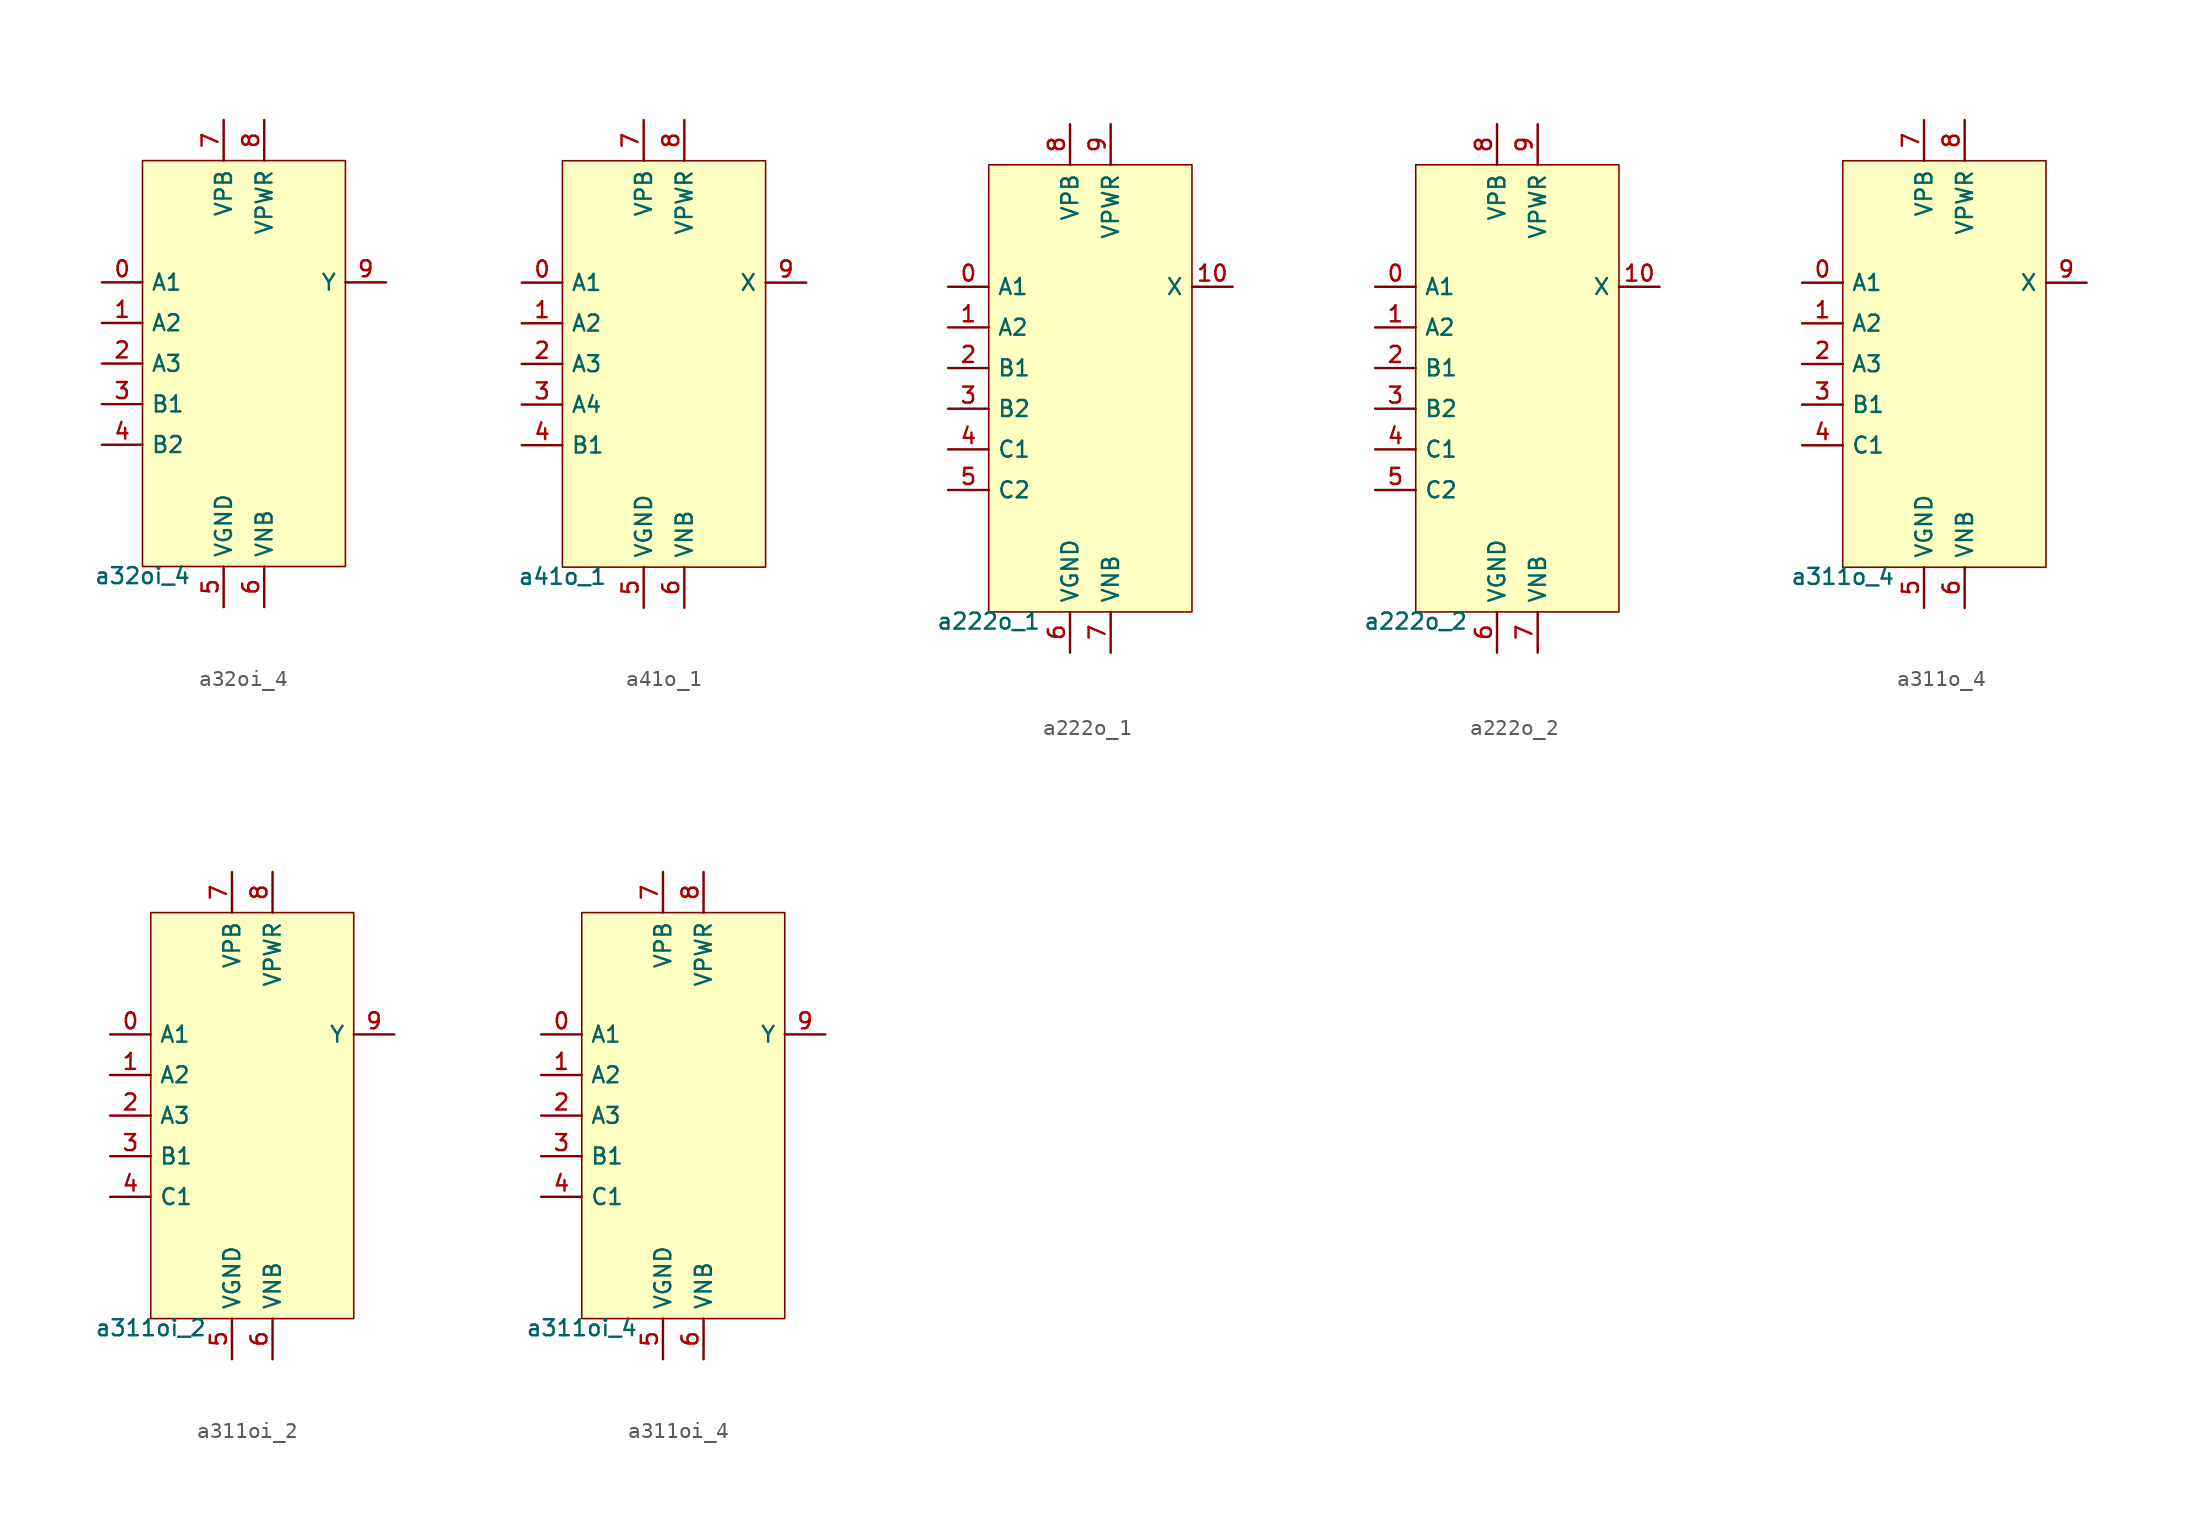
<source format=kicad_sym>
(kicad_symbol_lib
  (version 20211014)
  (generator lef2kicad_sym)
  (symbol "a32oi_4"
    (property "Reference" "CELL"
      (at 0 0 0)
      (effects (font (size 1 1)) hide))
    (property "Value" "a32oi_4"
      (at -6.35 -12.7 0)
      (effects (font (size 1 1)) (justify top)))
    (rectangle
      (start -6.35 -12.7)
      (end 6.35 12.7)
      (stroke (width 0.1) (type solid) (color 0 0 0 0))
      (fill (type background)))
    (pin input line
      (at -8.89 5.08 0)
      (length 2.54)
      (name "A1" (effects (font (size 1 1)) hide))
      (number "0" (effects (font (size 1 1)) hide)))
    (pin input line
      (at -8.89 2.54 0)
      (length 2.54)
      (name "A2" (effects (font (size 1 1)) hide))
      (number "1" (effects (font (size 1 1)) hide)))
    (pin input line
      (at -8.89 -8.881784197001252e-16 0)
      (length 2.54)
      (name "A3" (effects (font (size 1 1)) hide))
      (number "2" (effects (font (size 1 1)) hide)))
    (pin input line
      (at -8.89 -2.54 0)
      (length 2.54)
      (name "B1" (effects (font (size 1 1)) hide))
      (number "3" (effects (font (size 1 1)) hide)))
    (pin input line
      (at -8.89 -5.08 0)
      (length 2.54)
      (name "B2" (effects (font (size 1 1)) hide))
      (number "4" (effects (font (size 1 1)) hide)))
    (pin power_in line
      (at -1.27 -15.24 90)
      (length 2.54)
      (name "VGND" (effects (font (size 1 1)) hide))
      (number "5" (effects (font (size 1 1)) hide)))
    (pin power_in line
      (at 1.27 -15.24 90)
      (length 2.54)
      (name "VNB" (effects (font (size 1 1)) hide))
      (number "6" (effects (font (size 1 1)) hide)))
    (pin power_in line
      (at -1.27 15.24 270)
      (length 2.54)
      (name "VPB" (effects (font (size 1 1)) hide))
      (number "7" (effects (font (size 1 1)) hide)))
    (pin power_in line
      (at 1.27 15.24 270)
      (length 2.54)
      (name "VPWR" (effects (font (size 1 1)) hide))
      (number "8" (effects (font (size 1 1)) hide)))
    (pin output line
      (at 8.89 5.08 180)
      (length 2.54)
      (name "Y" (effects (font (size 1 1)) hide))
      (number "9" (effects (font (size 1 1)) hide))))
  (symbol "a41o_1"
    (property "Reference" "CELL"
      (at 0 0 0)
      (effects (font (size 1 1)) hide))
    (property "Value" "a41o_1"
      (at -6.35 -12.7 0)
      (effects (font (size 1 1)) (justify top)))
    (rectangle
      (start -6.35 -12.7)
      (end 6.35 12.7)
      (stroke (width 0.1) (type solid) (color 0 0 0 0))
      (fill (type background)))
    (pin input line
      (at -8.89 5.08 0)
      (length 2.54)
      (name "A1" (effects (font (size 1 1)) hide))
      (number "0" (effects (font (size 1 1)) hide)))
    (pin input line
      (at -8.89 2.54 0)
      (length 2.54)
      (name "A2" (effects (font (size 1 1)) hide))
      (number "1" (effects (font (size 1 1)) hide)))
    (pin input line
      (at -8.89 -8.881784197001252e-16 0)
      (length 2.54)
      (name "A3" (effects (font (size 1 1)) hide))
      (number "2" (effects (font (size 1 1)) hide)))
    (pin input line
      (at -8.89 -2.54 0)
      (length 2.54)
      (name "A4" (effects (font (size 1 1)) hide))
      (number "3" (effects (font (size 1 1)) hide)))
    (pin input line
      (at -8.89 -5.08 0)
      (length 2.54)
      (name "B1" (effects (font (size 1 1)) hide))
      (number "4" (effects (font (size 1 1)) hide)))
    (pin power_in line
      (at -1.27 -15.24 90)
      (length 2.54)
      (name "VGND" (effects (font (size 1 1)) hide))
      (number "5" (effects (font (size 1 1)) hide)))
    (pin power_in line
      (at 1.27 -15.24 90)
      (length 2.54)
      (name "VNB" (effects (font (size 1 1)) hide))
      (number "6" (effects (font (size 1 1)) hide)))
    (pin power_in line
      (at -1.27 15.24 270)
      (length 2.54)
      (name "VPB" (effects (font (size 1 1)) hide))
      (number "7" (effects (font (size 1 1)) hide)))
    (pin power_in line
      (at 1.27 15.24 270)
      (length 2.54)
      (name "VPWR" (effects (font (size 1 1)) hide))
      (number "8" (effects (font (size 1 1)) hide)))
    (pin output line
      (at 8.89 5.08 180)
      (length 2.54)
      (name "X" (effects (font (size 1 1)) hide))
      (number "9" (effects (font (size 1 1)) hide))))
  (symbol "a222o_1"
    (property "Reference" "CELL"
      (at 0 0 0)
      (effects (font (size 1 1)) hide))
    (property "Value" "a222o_1"
      (at -6.35 -13.97 0)
      (effects (font (size 1 1)) (justify top)))
    (rectangle
      (start -6.35 -13.97)
      (end 6.35 13.97)
      (stroke (width 0.1) (type solid) (color 0 0 0 0))
      (fill (type background)))
    (pin input line
      (at -8.89 6.35 0)
      (length 2.54)
      (name "A1" (effects (font (size 1 1)) hide))
      (number "0" (effects (font (size 1 1)) hide)))
    (pin input line
      (at -8.89 3.81 0)
      (length 2.54)
      (name "A2" (effects (font (size 1 1)) hide))
      (number "1" (effects (font (size 1 1)) hide)))
    (pin input line
      (at -8.89 1.27 0)
      (length 2.54)
      (name "B1" (effects (font (size 1 1)) hide))
      (number "2" (effects (font (size 1 1)) hide)))
    (pin input line
      (at -8.89 -1.27 0)
      (length 2.54)
      (name "B2" (effects (font (size 1 1)) hide))
      (number "3" (effects (font (size 1 1)) hide)))
    (pin input line
      (at -8.89 -3.81 0)
      (length 2.54)
      (name "C1" (effects (font (size 1 1)) hide))
      (number "4" (effects (font (size 1 1)) hide)))
    (pin input line
      (at -8.89 -6.35 0)
      (length 2.54)
      (name "C2" (effects (font (size 1 1)) hide))
      (number "5" (effects (font (size 1 1)) hide)))
    (pin power_in line
      (at -1.27 -16.51 90)
      (length 2.54)
      (name "VGND" (effects (font (size 1 1)) hide))
      (number "6" (effects (font (size 1 1)) hide)))
    (pin power_in line
      (at 1.27 -16.51 90)
      (length 2.54)
      (name "VNB" (effects (font (size 1 1)) hide))
      (number "7" (effects (font (size 1 1)) hide)))
    (pin power_in line
      (at -1.27 16.51 270)
      (length 2.54)
      (name "VPB" (effects (font (size 1 1)) hide))
      (number "8" (effects (font (size 1 1)) hide)))
    (pin power_in line
      (at 1.27 16.51 270)
      (length 2.54)
      (name "VPWR" (effects (font (size 1 1)) hide))
      (number "9" (effects (font (size 1 1)) hide)))
    (pin output line
      (at 8.89 6.35 180)
      (length 2.54)
      (name "X" (effects (font (size 1 1)) hide))
      (number "10" (effects (font (size 1 1)) hide))))
  (symbol "a222o_2"
    (property "Reference" "CELL"
      (at 0 0 0)
      (effects (font (size 1 1)) hide))
    (property "Value" "a222o_2"
      (at -6.35 -13.97 0)
      (effects (font (size 1 1)) (justify top)))
    (rectangle
      (start -6.35 -13.97)
      (end 6.35 13.97)
      (stroke (width 0.1) (type solid) (color 0 0 0 0))
      (fill (type background)))
    (pin input line
      (at -8.89 6.35 0)
      (length 2.54)
      (name "A1" (effects (font (size 1 1)) hide))
      (number "0" (effects (font (size 1 1)) hide)))
    (pin input line
      (at -8.89 3.81 0)
      (length 2.54)
      (name "A2" (effects (font (size 1 1)) hide))
      (number "1" (effects (font (size 1 1)) hide)))
    (pin input line
      (at -8.89 1.27 0)
      (length 2.54)
      (name "B1" (effects (font (size 1 1)) hide))
      (number "2" (effects (font (size 1 1)) hide)))
    (pin input line
      (at -8.89 -1.27 0)
      (length 2.54)
      (name "B2" (effects (font (size 1 1)) hide))
      (number "3" (effects (font (size 1 1)) hide)))
    (pin input line
      (at -8.89 -3.81 0)
      (length 2.54)
      (name "C1" (effects (font (size 1 1)) hide))
      (number "4" (effects (font (size 1 1)) hide)))
    (pin input line
      (at -8.89 -6.35 0)
      (length 2.54)
      (name "C2" (effects (font (size 1 1)) hide))
      (number "5" (effects (font (size 1 1)) hide)))
    (pin power_in line
      (at -1.27 -16.51 90)
      (length 2.54)
      (name "VGND" (effects (font (size 1 1)) hide))
      (number "6" (effects (font (size 1 1)) hide)))
    (pin power_in line
      (at 1.27 -16.51 90)
      (length 2.54)
      (name "VNB" (effects (font (size 1 1)) hide))
      (number "7" (effects (font (size 1 1)) hide)))
    (pin power_in line
      (at -1.27 16.51 270)
      (length 2.54)
      (name "VPB" (effects (font (size 1 1)) hide))
      (number "8" (effects (font (size 1 1)) hide)))
    (pin power_in line
      (at 1.27 16.51 270)
      (length 2.54)
      (name "VPWR" (effects (font (size 1 1)) hide))
      (number "9" (effects (font (size 1 1)) hide)))
    (pin output line
      (at 8.89 6.35 180)
      (length 2.54)
      (name "X" (effects (font (size 1 1)) hide))
      (number "10" (effects (font (size 1 1)) hide))))
  (symbol "a311o_4"
    (property "Reference" "CELL"
      (at 0 0 0)
      (effects (font (size 1 1)) hide))
    (property "Value" "a311o_4"
      (at -6.35 -12.7 0)
      (effects (font (size 1 1)) (justify top)))
    (rectangle
      (start -6.35 -12.7)
      (end 6.35 12.7)
      (stroke (width 0.1) (type solid) (color 0 0 0 0))
      (fill (type background)))
    (pin input line
      (at -8.89 5.08 0)
      (length 2.54)
      (name "A1" (effects (font (size 1 1)) hide))
      (number "0" (effects (font (size 1 1)) hide)))
    (pin input line
      (at -8.89 2.54 0)
      (length 2.54)
      (name "A2" (effects (font (size 1 1)) hide))
      (number "1" (effects (font (size 1 1)) hide)))
    (pin input line
      (at -8.89 -8.881784197001252e-16 0)
      (length 2.54)
      (name "A3" (effects (font (size 1 1)) hide))
      (number "2" (effects (font (size 1 1)) hide)))
    (pin input line
      (at -8.89 -2.54 0)
      (length 2.54)
      (name "B1" (effects (font (size 1 1)) hide))
      (number "3" (effects (font (size 1 1)) hide)))
    (pin input line
      (at -8.89 -5.08 0)
      (length 2.54)
      (name "C1" (effects (font (size 1 1)) hide))
      (number "4" (effects (font (size 1 1)) hide)))
    (pin power_in line
      (at -1.27 -15.24 90)
      (length 2.54)
      (name "VGND" (effects (font (size 1 1)) hide))
      (number "5" (effects (font (size 1 1)) hide)))
    (pin power_in line
      (at 1.27 -15.24 90)
      (length 2.54)
      (name "VNB" (effects (font (size 1 1)) hide))
      (number "6" (effects (font (size 1 1)) hide)))
    (pin power_in line
      (at -1.27 15.24 270)
      (length 2.54)
      (name "VPB" (effects (font (size 1 1)) hide))
      (number "7" (effects (font (size 1 1)) hide)))
    (pin power_in line
      (at 1.27 15.24 270)
      (length 2.54)
      (name "VPWR" (effects (font (size 1 1)) hide))
      (number "8" (effects (font (size 1 1)) hide)))
    (pin output line
      (at 8.89 5.08 180)
      (length 2.54)
      (name "X" (effects (font (size 1 1)) hide))
      (number "9" (effects (font (size 1 1)) hide))))
  (symbol "a311oi_2"
    (property "Reference" "CELL"
      (at 0 0 0)
      (effects (font (size 1 1)) hide))
    (property "Value" "a311oi_2"
      (at -6.35 -12.7 0)
      (effects (font (size 1 1)) (justify top)))
    (rectangle
      (start -6.35 -12.7)
      (end 6.35 12.7)
      (stroke (width 0.1) (type solid) (color 0 0 0 0))
      (fill (type background)))
    (pin input line
      (at -8.89 5.08 0)
      (length 2.54)
      (name "A1" (effects (font (size 1 1)) hide))
      (number "0" (effects (font (size 1 1)) hide)))
    (pin input line
      (at -8.89 2.54 0)
      (length 2.54)
      (name "A2" (effects (font (size 1 1)) hide))
      (number "1" (effects (font (size 1 1)) hide)))
    (pin input line
      (at -8.89 -8.881784197001252e-16 0)
      (length 2.54)
      (name "A3" (effects (font (size 1 1)) hide))
      (number "2" (effects (font (size 1 1)) hide)))
    (pin input line
      (at -8.89 -2.54 0)
      (length 2.54)
      (name "B1" (effects (font (size 1 1)) hide))
      (number "3" (effects (font (size 1 1)) hide)))
    (pin input line
      (at -8.89 -5.08 0)
      (length 2.54)
      (name "C1" (effects (font (size 1 1)) hide))
      (number "4" (effects (font (size 1 1)) hide)))
    (pin power_in line
      (at -1.27 -15.24 90)
      (length 2.54)
      (name "VGND" (effects (font (size 1 1)) hide))
      (number "5" (effects (font (size 1 1)) hide)))
    (pin power_in line
      (at 1.27 -15.24 90)
      (length 2.54)
      (name "VNB" (effects (font (size 1 1)) hide))
      (number "6" (effects (font (size 1 1)) hide)))
    (pin power_in line
      (at -1.27 15.24 270)
      (length 2.54)
      (name "VPB" (effects (font (size 1 1)) hide))
      (number "7" (effects (font (size 1 1)) hide)))
    (pin power_in line
      (at 1.27 15.24 270)
      (length 2.54)
      (name "VPWR" (effects (font (size 1 1)) hide))
      (number "8" (effects (font (size 1 1)) hide)))
    (pin output line
      (at 8.89 5.08 180)
      (length 2.54)
      (name "Y" (effects (font (size 1 1)) hide))
      (number "9" (effects (font (size 1 1)) hide))))
  (symbol "a311oi_4"
    (property "Reference" "CELL"
      (at 0 0 0)
      (effects (font (size 1 1)) hide))
    (property "Value" "a311oi_4"
      (at -6.35 -12.7 0)
      (effects (font (size 1 1)) (justify top)))
    (rectangle
      (start -6.35 -12.7)
      (end 6.35 12.7)
      (stroke (width 0.1) (type solid) (color 0 0 0 0))
      (fill (type background)))
    (pin input line
      (at -8.89 5.08 0)
      (length 2.54)
      (name "A1" (effects (font (size 1 1)) hide))
      (number "0" (effects (font (size 1 1)) hide)))
    (pin input line
      (at -8.89 2.54 0)
      (length 2.54)
      (name "A2" (effects (font (size 1 1)) hide))
      (number "1" (effects (font (size 1 1)) hide)))
    (pin input line
      (at -8.89 -8.881784197001252e-16 0)
      (length 2.54)
      (name "A3" (effects (font (size 1 1)) hide))
      (number "2" (effects (font (size 1 1)) hide)))
    (pin input line
      (at -8.89 -2.54 0)
      (length 2.54)
      (name "B1" (effects (font (size 1 1)) hide))
      (number "3" (effects (font (size 1 1)) hide)))
    (pin input line
      (at -8.89 -5.08 0)
      (length 2.54)
      (name "C1" (effects (font (size 1 1)) hide))
      (number "4" (effects (font (size 1 1)) hide)))
    (pin power_in line
      (at -1.27 -15.24 90)
      (length 2.54)
      (name "VGND" (effects (font (size 1 1)) hide))
      (number "5" (effects (font (size 1 1)) hide)))
    (pin power_in line
      (at 1.27 -15.24 90)
      (length 2.54)
      (name "VNB" (effects (font (size 1 1)) hide))
      (number "6" (effects (font (size 1 1)) hide)))
    (pin power_in line
      (at -1.27 15.24 270)
      (length 2.54)
      (name "VPB" (effects (font (size 1 1)) hide))
      (number "7" (effects (font (size 1 1)) hide)))
    (pin power_in line
      (at 1.27 15.24 270)
      (length 2.54)
      (name "VPWR" (effects (font (size 1 1)) hide))
      (number "8" (effects (font (size 1 1)) hide)))
    (pin output line
      (at 8.89 5.08 180)
      (length 2.54)
      (name "Y" (effects (font (size 1 1)) hide))
      (number "9" (effects (font (size 1 1)) hide)))))
</source>
